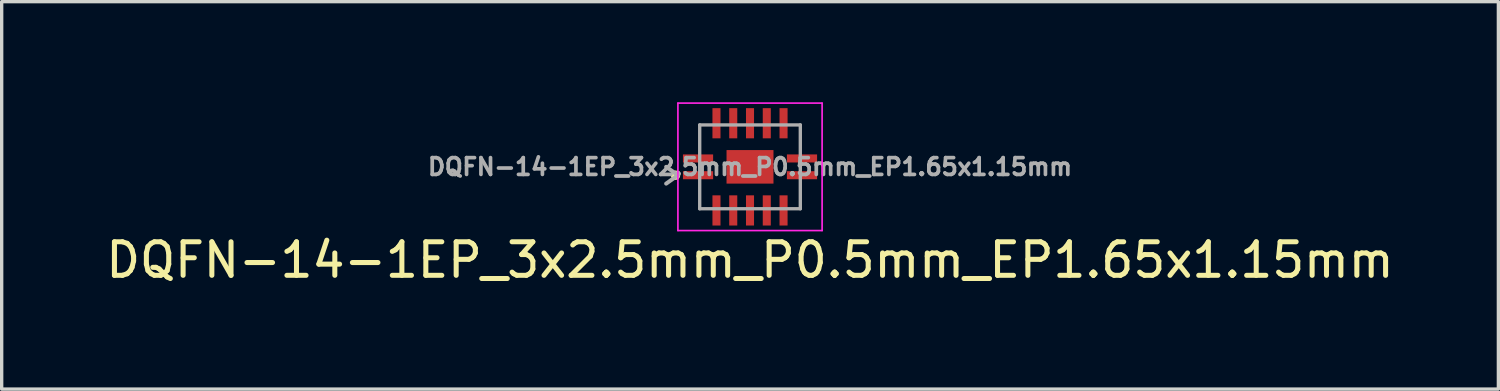
<source format=kicad_pcb>
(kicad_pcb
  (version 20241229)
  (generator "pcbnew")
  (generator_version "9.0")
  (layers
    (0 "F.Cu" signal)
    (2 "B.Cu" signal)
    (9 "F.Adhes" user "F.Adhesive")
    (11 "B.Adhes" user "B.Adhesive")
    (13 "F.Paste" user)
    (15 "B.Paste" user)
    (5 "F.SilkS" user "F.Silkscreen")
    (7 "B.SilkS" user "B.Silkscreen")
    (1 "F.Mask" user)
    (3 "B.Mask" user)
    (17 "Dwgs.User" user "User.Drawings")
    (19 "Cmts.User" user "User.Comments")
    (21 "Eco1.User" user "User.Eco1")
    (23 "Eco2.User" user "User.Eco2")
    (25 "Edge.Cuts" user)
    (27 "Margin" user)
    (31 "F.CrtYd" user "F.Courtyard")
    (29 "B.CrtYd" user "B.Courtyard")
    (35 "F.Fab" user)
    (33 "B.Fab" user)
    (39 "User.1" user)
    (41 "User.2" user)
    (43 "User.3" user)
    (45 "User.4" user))
  (footprint "DQFN-14-1EP_3x2.5mm_P0.5mm_EP1.65x1.15mm"
    (layer "F.Cu")
    (at 19.315 1.925)
    (property "Reference" "DQFN-14-1EP_3x2.5mm_P0.5mm_EP1.65x1.15mm" (at 0 2.78 0) (layer "F.SilkS") (effects (font (size 1 1) (thickness 0.15))))
    (attr smd)
    (fp_circle (center -2.22 0.25) (end -2.219 0.25) (stroke (width 0.14) (type solid)) (fill no) (layer "F.SilkS"))
    (fp_line (start -2.15 -1.9) (end 2.15 -1.9) (stroke (width 0.05) (type solid)) (layer "F.CrtYd"))
    (fp_line (start -2.15 1.9) (end -2.15 -1.9) (stroke (width 0.05) (type solid)) (layer "F.CrtYd"))
    (fp_line (start 2.15 -1.9) (end 2.15 1.9) (stroke (width 0.05) (type solid)) (layer "F.CrtYd"))
    (fp_line (start 2.15 1.9) (end -2.15 1.9) (stroke (width 0.05) (type solid)) (layer "F.CrtYd"))
    (fp_line (start -2.5 0) (end -2.15 0.25) (stroke (width 0.12) (type solid)) (layer "F.Fab"))
    (fp_line (start -2.15 0.25) (end -2.5 0.5) (stroke (width 0.12) (type solid)) (layer "F.Fab"))
    (fp_line (start -1.5 -1.25) (end 1.5 -1.25) (stroke (width 0.1) (type solid)) (layer "F.Fab"))
    (fp_line (start -1.5 1.25) (end -1.5 -1.25) (stroke (width 0.1) (type solid)) (layer "F.Fab"))
    (fp_line (start 1.5 -1.25) (end 1.5 1.25) (stroke (width 0.1) (type solid)) (layer "F.Fab"))
    (fp_line (start 1.5 1.25) (end -1.5 1.25) (stroke (width 0.1) (type solid)) (layer "F.Fab"))
    (fp_text user "${REFERENCE}" (at 0 0 0) (layer "F.Fab") (effects (font (size 0.5 0.5) (thickness 0.11))))
    (pad "1" smd rect (at -1.55 0.25) (size 0.9 0.24) (layers "F.Cu" "F.Mask" "F.Paste"))
    (pad "2" smd rect (at -1 1.3 90) (size 0.9 0.24) (layers "F.Cu" "F.Mask" "F.Paste"))
    (pad "3" smd rect (at -0.5 1.3 90) (size 0.9 0.24) (layers "F.Cu" "F.Mask" "F.Paste"))
    (pad "4" smd rect (at 0 1.3 90) (size 0.9 0.24) (layers "F.Cu" "F.Mask" "F.Paste"))
    (pad "5" smd rect (at 0.5 1.3 90) (size 0.9 0.24) (layers "F.Cu" "F.Mask" "F.Paste"))
    (pad "6" smd rect (at 1 1.3 90) (size 0.9 0.24) (layers "F.Cu" "F.Mask" "F.Paste"))
    (pad "7" smd rect (at 1.55 0.25 180) (size 0.9 0.24) (layers "F.Cu" "F.Mask" "F.Paste"))
    (pad "8" smd rect (at 1.55 -0.25 180) (size 0.9 0.24) (layers "F.Cu" "F.Mask" "F.Paste"))
    (pad "9" smd rect (at 1 -1.3 270) (size 0.9 0.24) (layers "F.Cu" "F.Mask" "F.Paste"))
    (pad "10" smd rect (at 0.5 -1.3 270) (size 0.9 0.24) (layers "F.Cu" "F.Mask" "F.Paste"))
    (pad "11" smd rect (at 0 -1.3 270) (size 0.9 0.24) (layers "F.Cu" "F.Mask" "F.Paste"))
    (pad "12" smd rect (at -0.5 -1.3 270) (size 0.9 0.24) (layers "F.Cu" "F.Mask" "F.Paste"))
    (pad "13" smd rect (at -1 -1.3 270) (size 0.9 0.24) (layers "F.Cu" "F.Mask" "F.Paste"))
    (pad "14" smd rect (at -1.55 -0.25) (size 0.9 0.24) (layers "F.Cu" "F.Mask" "F.Paste"))
    (pad "15" smd rect (at 0 0) (size 1.4 1) (layers "F.Cu" "F.Mask" "F.Paste")))
  (gr_rect
    (start -3 -3)
    (end 41.631 8.553)
    (stroke (width 0.1) (type default))
    (fill no)
    (layer "Edge.Cuts")))
</source>
